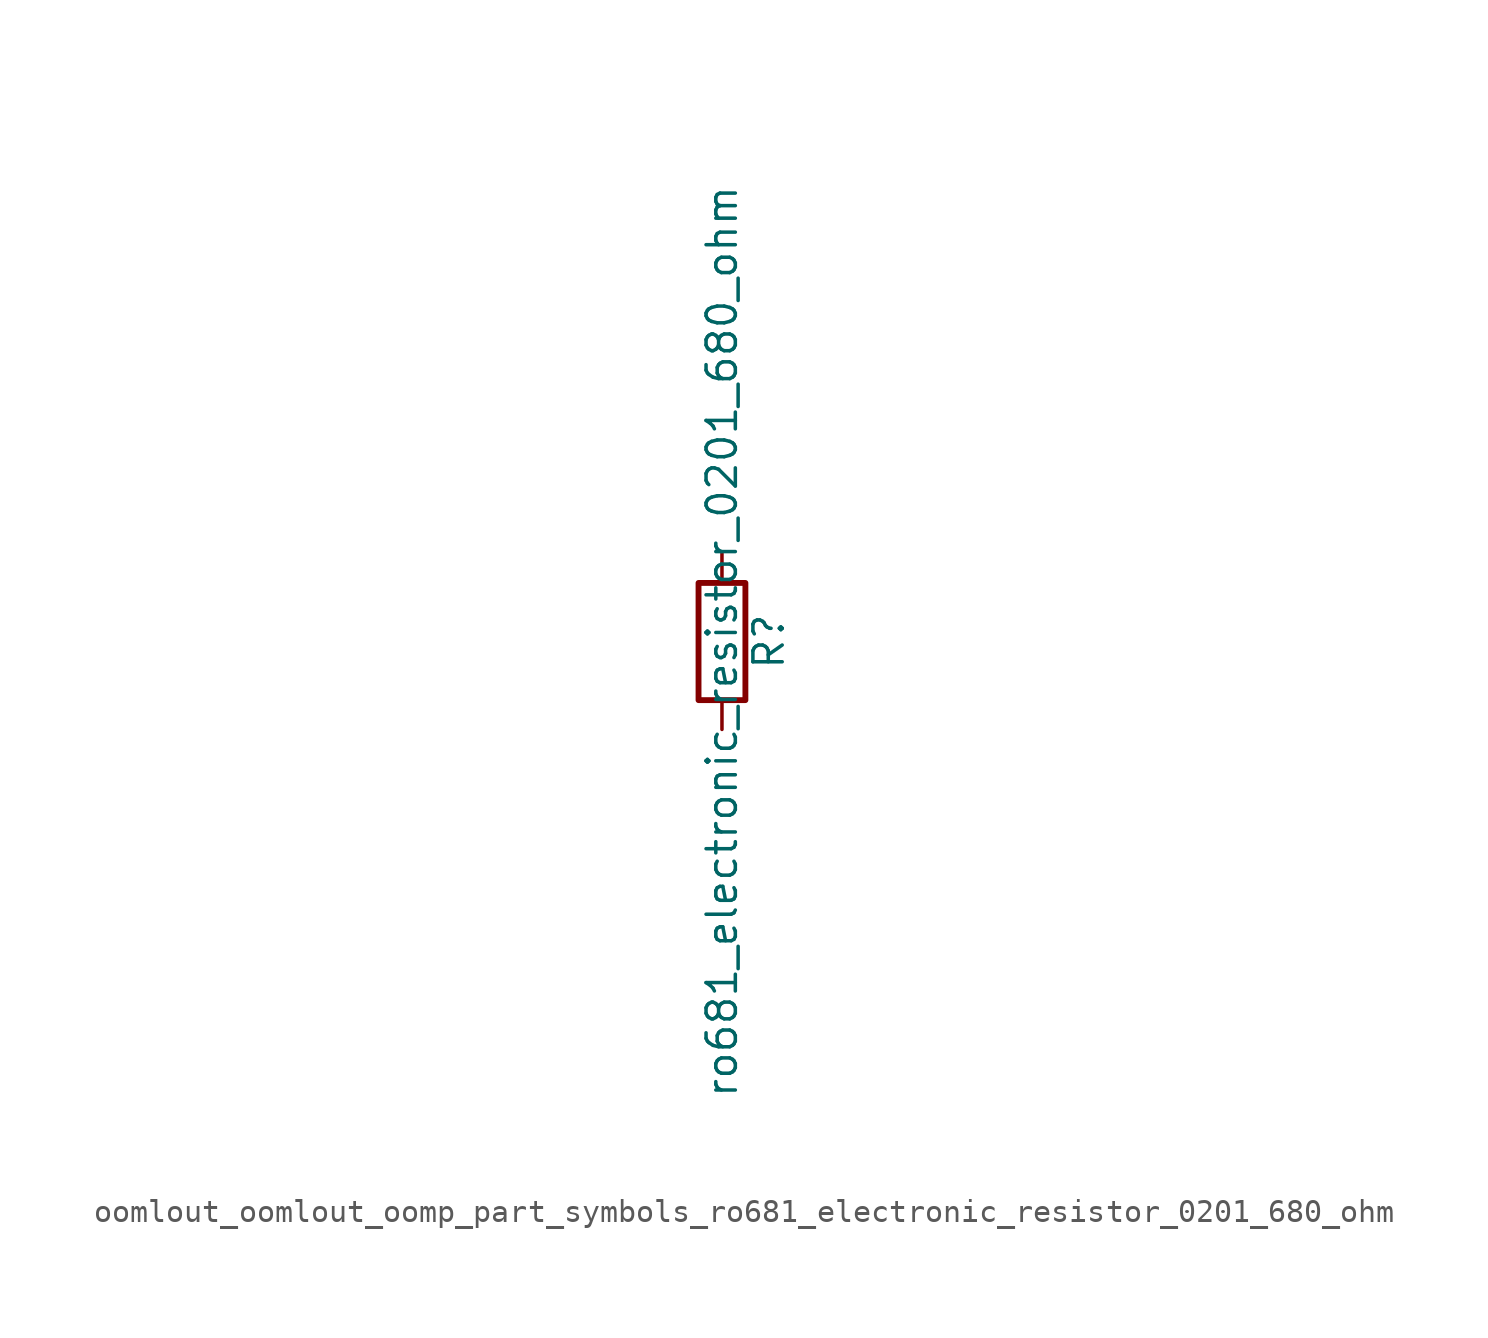
<source format=kicad_sym>
(kicad_symbol_lib
  (version 20220914)
  (generator kicad_symbol_editor)
  (symbol "oomlout_oomlout_oomp_part_symbols_ro681_electronic_resistor_0201_680_ohm"
    (pin_numbers hide)
    (pin_names
      (offset 0))
    (property "Reference" "R"
      (at 2.032 0 90)
      (effects (font (size 1.27 1.27))))
    (property "Value" "ro681_electronic_resistor_0201_680_ohm"
      (at 0 0 90)
      (effects (font (size 1.27 1.27))))
    (symbol "oomlout_oomlout_oomp_part_symbols_ro681_electronic_resistor_0201_680_ohm_0_1"
      (rectangle (start -1.016 -2.54) (end 1.016 2.54) (stroke (width 0.254) (type default)) (fill (type none))))
    (symbol "oomlout_oomlout_oomp_part_symbols_ro681_electronic_resistor_0201_680_ohm_1_1"
      (pin passive line (at 0 3.81 270) (length 1.27) (name "~" (effects (font (size 1.27 1.27)))) (number "1" (effects (font (size 1.27 1.27)))))
      (pin passive line (at 0 -3.81 90) (length 1.27) (name "~" (effects (font (size 1.27 1.27)))) (number "2" (effects (font (size 1.27 1.27))))))))
</source>
